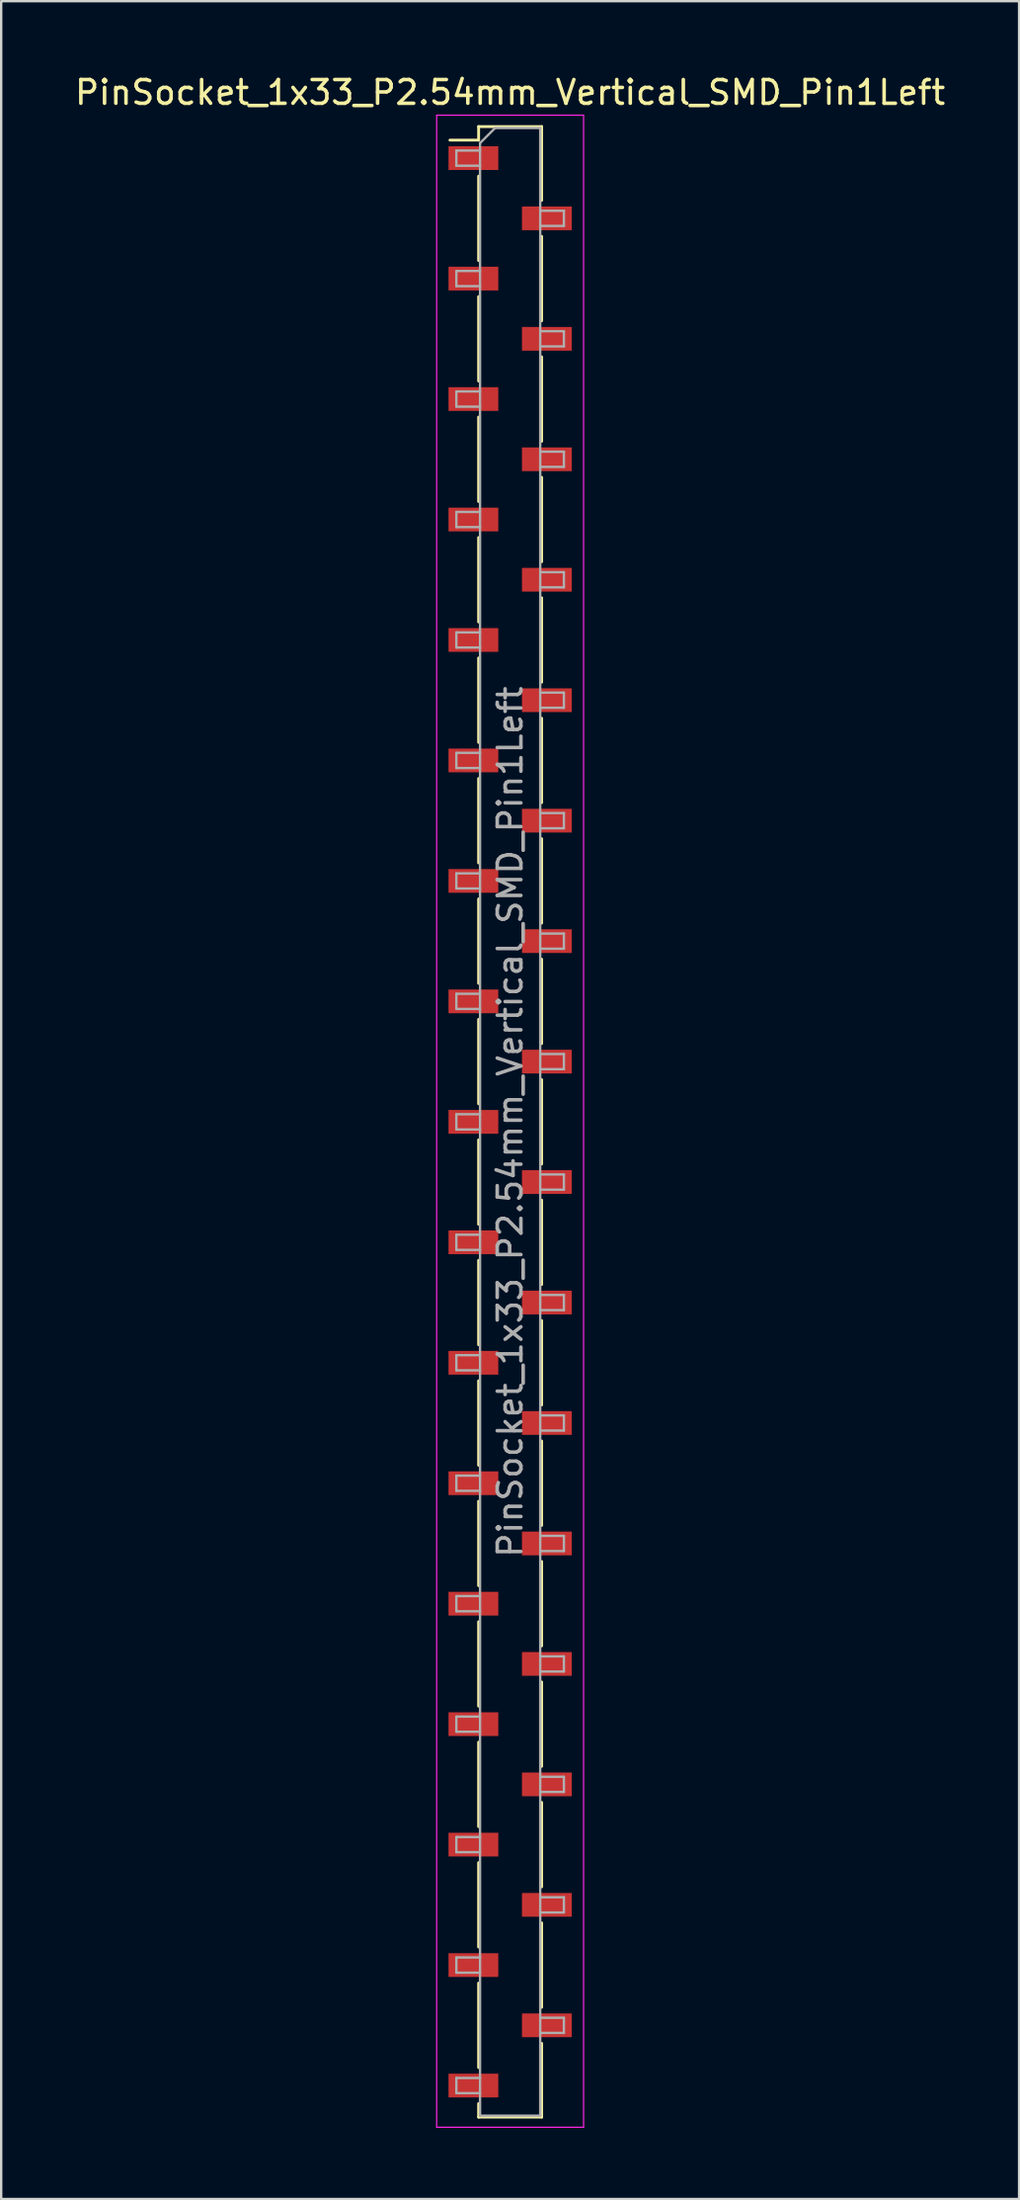
<source format=kicad_pcb>
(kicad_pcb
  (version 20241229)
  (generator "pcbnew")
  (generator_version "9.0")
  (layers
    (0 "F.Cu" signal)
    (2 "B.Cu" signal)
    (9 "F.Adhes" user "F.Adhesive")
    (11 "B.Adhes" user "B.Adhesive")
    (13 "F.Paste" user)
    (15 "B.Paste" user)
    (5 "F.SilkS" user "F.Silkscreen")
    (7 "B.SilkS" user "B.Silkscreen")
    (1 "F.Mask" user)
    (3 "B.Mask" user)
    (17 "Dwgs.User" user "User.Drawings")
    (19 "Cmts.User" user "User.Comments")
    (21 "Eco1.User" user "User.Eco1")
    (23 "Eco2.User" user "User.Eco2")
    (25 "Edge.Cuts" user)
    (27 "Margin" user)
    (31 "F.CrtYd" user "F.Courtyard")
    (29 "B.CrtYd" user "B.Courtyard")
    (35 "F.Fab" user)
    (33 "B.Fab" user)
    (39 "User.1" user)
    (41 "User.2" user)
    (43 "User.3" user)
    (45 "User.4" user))
  (footprint "PinSocket_1x33_P2.54mm_Vertical_SMD_Pin1Left"
    (layer "F.Cu")
    (at 18.482 44.258)
    (property "Reference" "PinSocket_1x33_P2.54mm_Vertical_SMD_Pin1Left" (at 0 -43.41 0) (layer "F.SilkS") (effects (font (size 1 1) (thickness 0.15))))
    (attr smd)
    (fp_line (start -2.54 -41.4) (end -1.33 -41.4) (stroke (width 0.12) (type solid)) (layer "F.SilkS"))
    (fp_line (start -1.33 -41.97) (end -1.33 -41.4) (stroke (width 0.12) (type solid)) (layer "F.SilkS"))
    (fp_line (start -1.33 -41.97) (end 1.33 -41.97) (stroke (width 0.12) (type solid)) (layer "F.SilkS"))
    (fp_line (start -1.33 -39.88) (end -1.33 -36.32) (stroke (width 0.12) (type solid)) (layer "F.SilkS"))
    (fp_line (start -1.33 -34.8) (end -1.33 -31.24) (stroke (width 0.12) (type solid)) (layer "F.SilkS"))
    (fp_line (start -1.33 -29.72) (end -1.33 -26.16) (stroke (width 0.12) (type solid)) (layer "F.SilkS"))
    (fp_line (start -1.33 -24.64) (end -1.33 -21.08) (stroke (width 0.12) (type solid)) (layer "F.SilkS"))
    (fp_line (start -1.33 -19.56) (end -1.33 -16) (stroke (width 0.12) (type solid)) (layer "F.SilkS"))
    (fp_line (start -1.33 -14.48) (end -1.33 -10.92) (stroke (width 0.12) (type solid)) (layer "F.SilkS"))
    (fp_line (start -1.33 -9.4) (end -1.33 -5.84) (stroke (width 0.12) (type solid)) (layer "F.SilkS"))
    (fp_line (start -1.33 -4.32) (end -1.33 -0.76) (stroke (width 0.12) (type solid)) (layer "F.SilkS"))
    (fp_line (start -1.33 0.76) (end -1.33 4.32) (stroke (width 0.12) (type solid)) (layer "F.SilkS"))
    (fp_line (start -1.33 5.84) (end -1.33 9.4) (stroke (width 0.12) (type solid)) (layer "F.SilkS"))
    (fp_line (start -1.33 10.92) (end -1.33 14.48) (stroke (width 0.12) (type solid)) (layer "F.SilkS"))
    (fp_line (start -1.33 16) (end -1.33 19.56) (stroke (width 0.12) (type solid)) (layer "F.SilkS"))
    (fp_line (start -1.33 21.08) (end -1.33 24.64) (stroke (width 0.12) (type solid)) (layer "F.SilkS"))
    (fp_line (start -1.33 26.16) (end -1.33 29.72) (stroke (width 0.12) (type solid)) (layer "F.SilkS"))
    (fp_line (start -1.33 31.24) (end -1.33 34.8) (stroke (width 0.12) (type solid)) (layer "F.SilkS"))
    (fp_line (start -1.33 36.32) (end -1.33 39.88) (stroke (width 0.12) (type solid)) (layer "F.SilkS"))
    (fp_line (start -1.33 41.4) (end -1.33 41.97) (stroke (width 0.12) (type solid)) (layer "F.SilkS"))
    (fp_line (start -1.33 41.97) (end 1.33 41.97) (stroke (width 0.12) (type solid)) (layer "F.SilkS"))
    (fp_line (start 1.33 -41.97) (end 1.33 -38.86) (stroke (width 0.12) (type solid)) (layer "F.SilkS"))
    (fp_line (start 1.33 -37.34) (end 1.33 -33.78) (stroke (width 0.12) (type solid)) (layer "F.SilkS"))
    (fp_line (start 1.33 -32.26) (end 1.33 -28.7) (stroke (width 0.12) (type solid)) (layer "F.SilkS"))
    (fp_line (start 1.33 -27.18) (end 1.33 -23.62) (stroke (width 0.12) (type solid)) (layer "F.SilkS"))
    (fp_line (start 1.33 -22.1) (end 1.33 -18.54) (stroke (width 0.12) (type solid)) (layer "F.SilkS"))
    (fp_line (start 1.33 -17.02) (end 1.33 -13.46) (stroke (width 0.12) (type solid)) (layer "F.SilkS"))
    (fp_line (start 1.33 -11.94) (end 1.33 -8.38) (stroke (width 0.12) (type solid)) (layer "F.SilkS"))
    (fp_line (start 1.33 -6.86) (end 1.33 -3.3) (stroke (width 0.12) (type solid)) (layer "F.SilkS"))
    (fp_line (start 1.33 -1.78) (end 1.33 1.78) (stroke (width 0.12) (type solid)) (layer "F.SilkS"))
    (fp_line (start 1.33 3.3) (end 1.33 6.86) (stroke (width 0.12) (type solid)) (layer "F.SilkS"))
    (fp_line (start 1.33 8.38) (end 1.33 11.94) (stroke (width 0.12) (type solid)) (layer "F.SilkS"))
    (fp_line (start 1.33 13.46) (end 1.33 17.02) (stroke (width 0.12) (type solid)) (layer "F.SilkS"))
    (fp_line (start 1.33 18.54) (end 1.33 22.1) (stroke (width 0.12) (type solid)) (layer "F.SilkS"))
    (fp_line (start 1.33 23.62) (end 1.33 27.18) (stroke (width 0.12) (type solid)) (layer "F.SilkS"))
    (fp_line (start 1.33 28.7) (end 1.33 32.26) (stroke (width 0.12) (type solid)) (layer "F.SilkS"))
    (fp_line (start 1.33 33.78) (end 1.33 37.34) (stroke (width 0.12) (type solid)) (layer "F.SilkS"))
    (fp_line (start 1.33 38.86) (end 1.33 41.97) (stroke (width 0.12) (type solid)) (layer "F.SilkS"))
    (fp_line (start -3.1 -42.45) (end 3.1 -42.45) (stroke (width 0.05) (type solid)) (layer "F.CrtYd"))
    (fp_line (start -3.1 42.4) (end -3.1 -42.45) (stroke (width 0.05) (type solid)) (layer "F.CrtYd"))
    (fp_line (start 3.1 -42.45) (end 3.1 42.4) (stroke (width 0.05) (type solid)) (layer "F.CrtYd"))
    (fp_line (start 3.1 42.4) (end -3.1 42.4) (stroke (width 0.05) (type solid)) (layer "F.CrtYd"))
    (fp_line (start -2.27 -40.96) (end -1.27 -40.96) (stroke (width 0.1) (type solid)) (layer "F.Fab"))
    (fp_line (start -2.27 -40.32) (end -2.27 -40.96) (stroke (width 0.1) (type solid)) (layer "F.Fab"))
    (fp_line (start -2.27 -35.88) (end -1.27 -35.88) (stroke (width 0.1) (type solid)) (layer "F.Fab"))
    (fp_line (start -2.27 -35.24) (end -2.27 -35.88) (stroke (width 0.1) (type solid)) (layer "F.Fab"))
    (fp_line (start -2.27 -30.8) (end -1.27 -30.8) (stroke (width 0.1) (type solid)) (layer "F.Fab"))
    (fp_line (start -2.27 -30.16) (end -2.27 -30.8) (stroke (width 0.1) (type solid)) (layer "F.Fab"))
    (fp_line (start -2.27 -25.72) (end -1.27 -25.72) (stroke (width 0.1) (type solid)) (layer "F.Fab"))
    (fp_line (start -2.27 -25.08) (end -2.27 -25.72) (stroke (width 0.1) (type solid)) (layer "F.Fab"))
    (fp_line (start -2.27 -20.64) (end -1.27 -20.64) (stroke (width 0.1) (type solid)) (layer "F.Fab"))
    (fp_line (start -2.27 -20) (end -2.27 -20.64) (stroke (width 0.1) (type solid)) (layer "F.Fab"))
    (fp_line (start -2.27 -15.56) (end -1.27 -15.56) (stroke (width 0.1) (type solid)) (layer "F.Fab"))
    (fp_line (start -2.27 -14.92) (end -2.27 -15.56) (stroke (width 0.1) (type solid)) (layer "F.Fab"))
    (fp_line (start -2.27 -10.48) (end -1.27 -10.48) (stroke (width 0.1) (type solid)) (layer "F.Fab"))
    (fp_line (start -2.27 -9.84) (end -2.27 -10.48) (stroke (width 0.1) (type solid)) (layer "F.Fab"))
    (fp_line (start -2.27 -5.4) (end -1.27 -5.4) (stroke (width 0.1) (type solid)) (layer "F.Fab"))
    (fp_line (start -2.27 -4.76) (end -2.27 -5.4) (stroke (width 0.1) (type solid)) (layer "F.Fab"))
    (fp_line (start -2.27 -0.32) (end -1.27 -0.32) (stroke (width 0.1) (type solid)) (layer "F.Fab"))
    (fp_line (start -2.27 0.32) (end -2.27 -0.32) (stroke (width 0.1) (type solid)) (layer "F.Fab"))
    (fp_line (start -2.27 4.76) (end -1.27 4.76) (stroke (width 0.1) (type solid)) (layer "F.Fab"))
    (fp_line (start -2.27 5.4) (end -2.27 4.76) (stroke (width 0.1) (type solid)) (layer "F.Fab"))
    (fp_line (start -2.27 9.84) (end -1.27 9.84) (stroke (width 0.1) (type solid)) (layer "F.Fab"))
    (fp_line (start -2.27 10.48) (end -2.27 9.84) (stroke (width 0.1) (type solid)) (layer "F.Fab"))
    (fp_line (start -2.27 14.92) (end -1.27 14.92) (stroke (width 0.1) (type solid)) (layer "F.Fab"))
    (fp_line (start -2.27 15.56) (end -2.27 14.92) (stroke (width 0.1) (type solid)) (layer "F.Fab"))
    (fp_line (start -2.27 20) (end -1.27 20) (stroke (width 0.1) (type solid)) (layer "F.Fab"))
    (fp_line (start -2.27 20.64) (end -2.27 20) (stroke (width 0.1) (type solid)) (layer "F.Fab"))
    (fp_line (start -2.27 25.08) (end -1.27 25.08) (stroke (width 0.1) (type solid)) (layer "F.Fab"))
    (fp_line (start -2.27 25.72) (end -2.27 25.08) (stroke (width 0.1) (type solid)) (layer "F.Fab"))
    (fp_line (start -2.27 30.16) (end -1.27 30.16) (stroke (width 0.1) (type solid)) (layer "F.Fab"))
    (fp_line (start -2.27 30.8) (end -2.27 30.16) (stroke (width 0.1) (type solid)) (layer "F.Fab"))
    (fp_line (start -2.27 35.24) (end -1.27 35.24) (stroke (width 0.1) (type solid)) (layer "F.Fab"))
    (fp_line (start -2.27 35.88) (end -2.27 35.24) (stroke (width 0.1) (type solid)) (layer "F.Fab"))
    (fp_line (start -2.27 40.32) (end -1.27 40.32) (stroke (width 0.1) (type solid)) (layer "F.Fab"))
    (fp_line (start -2.27 40.96) (end -2.27 40.32) (stroke (width 0.1) (type solid)) (layer "F.Fab"))
    (fp_line (start -1.27 -41.275) (end -0.635 -41.91) (stroke (width 0.1) (type solid)) (layer "F.Fab"))
    (fp_line (start -1.27 -40.32) (end -2.27 -40.32) (stroke (width 0.1) (type solid)) (layer "F.Fab"))
    (fp_line (start -1.27 -35.24) (end -2.27 -35.24) (stroke (width 0.1) (type solid)) (layer "F.Fab"))
    (fp_line (start -1.27 -30.16) (end -2.27 -30.16) (stroke (width 0.1) (type solid)) (layer "F.Fab"))
    (fp_line (start -1.27 -25.08) (end -2.27 -25.08) (stroke (width 0.1) (type solid)) (layer "F.Fab"))
    (fp_line (start -1.27 -20) (end -2.27 -20) (stroke (width 0.1) (type solid)) (layer "F.Fab"))
    (fp_line (start -1.27 -14.92) (end -2.27 -14.92) (stroke (width 0.1) (type solid)) (layer "F.Fab"))
    (fp_line (start -1.27 -9.84) (end -2.27 -9.84) (stroke (width 0.1) (type solid)) (layer "F.Fab"))
    (fp_line (start -1.27 -4.76) (end -2.27 -4.76) (stroke (width 0.1) (type solid)) (layer "F.Fab"))
    (fp_line (start -1.27 0.32) (end -2.27 0.32) (stroke (width 0.1) (type solid)) (layer "F.Fab"))
    (fp_line (start -1.27 5.4) (end -2.27 5.4) (stroke (width 0.1) (type solid)) (layer "F.Fab"))
    (fp_line (start -1.27 10.48) (end -2.27 10.48) (stroke (width 0.1) (type solid)) (layer "F.Fab"))
    (fp_line (start -1.27 15.56) (end -2.27 15.56) (stroke (width 0.1) (type solid)) (layer "F.Fab"))
    (fp_line (start -1.27 20.64) (end -2.27 20.64) (stroke (width 0.1) (type solid)) (layer "F.Fab"))
    (fp_line (start -1.27 25.72) (end -2.27 25.72) (stroke (width 0.1) (type solid)) (layer "F.Fab"))
    (fp_line (start -1.27 30.8) (end -2.27 30.8) (stroke (width 0.1) (type solid)) (layer "F.Fab"))
    (fp_line (start -1.27 35.88) (end -2.27 35.88) (stroke (width 0.1) (type solid)) (layer "F.Fab"))
    (fp_line (start -1.27 40.96) (end -2.27 40.96) (stroke (width 0.1) (type solid)) (layer "F.Fab"))
    (fp_line (start -1.27 41.91) (end -1.27 -41.275) (stroke (width 0.1) (type solid)) (layer "F.Fab"))
    (fp_line (start -0.635 -41.91) (end 1.27 -41.91) (stroke (width 0.1) (type solid)) (layer "F.Fab"))
    (fp_line (start 1.27 -41.91) (end 1.27 41.91) (stroke (width 0.1) (type solid)) (layer "F.Fab"))
    (fp_line (start 1.27 -38.42) (end 2.27 -38.42) (stroke (width 0.1) (type solid)) (layer "F.Fab"))
    (fp_line (start 1.27 -33.34) (end 2.27 -33.34) (stroke (width 0.1) (type solid)) (layer "F.Fab"))
    (fp_line (start 1.27 -28.26) (end 2.27 -28.26) (stroke (width 0.1) (type solid)) (layer "F.Fab"))
    (fp_line (start 1.27 -23.18) (end 2.27 -23.18) (stroke (width 0.1) (type solid)) (layer "F.Fab"))
    (fp_line (start 1.27 -18.1) (end 2.27 -18.1) (stroke (width 0.1) (type solid)) (layer "F.Fab"))
    (fp_line (start 1.27 -13.02) (end 2.27 -13.02) (stroke (width 0.1) (type solid)) (layer "F.Fab"))
    (fp_line (start 1.27 -7.94) (end 2.27 -7.94) (stroke (width 0.1) (type solid)) (layer "F.Fab"))
    (fp_line (start 1.27 -2.86) (end 2.27 -2.86) (stroke (width 0.1) (type solid)) (layer "F.Fab"))
    (fp_line (start 1.27 2.22) (end 2.27 2.22) (stroke (width 0.1) (type solid)) (layer "F.Fab"))
    (fp_line (start 1.27 7.3) (end 2.27 7.3) (stroke (width 0.1) (type solid)) (layer "F.Fab"))
    (fp_line (start 1.27 12.38) (end 2.27 12.38) (stroke (width 0.1) (type solid)) (layer "F.Fab"))
    (fp_line (start 1.27 17.46) (end 2.27 17.46) (stroke (width 0.1) (type solid)) (layer "F.Fab"))
    (fp_line (start 1.27 22.54) (end 2.27 22.54) (stroke (width 0.1) (type solid)) (layer "F.Fab"))
    (fp_line (start 1.27 27.62) (end 2.27 27.62) (stroke (width 0.1) (type solid)) (layer "F.Fab"))
    (fp_line (start 1.27 32.7) (end 2.27 32.7) (stroke (width 0.1) (type solid)) (layer "F.Fab"))
    (fp_line (start 1.27 37.78) (end 2.27 37.78) (stroke (width 0.1) (type solid)) (layer "F.Fab"))
    (fp_line (start 1.27 41.91) (end -1.27 41.91) (stroke (width 0.1) (type solid)) (layer "F.Fab"))
    (fp_line (start 2.27 -38.42) (end 2.27 -37.78) (stroke (width 0.1) (type solid)) (layer "F.Fab"))
    (fp_line (start 2.27 -37.78) (end 1.27 -37.78) (stroke (width 0.1) (type solid)) (layer "F.Fab"))
    (fp_line (start 2.27 -33.34) (end 2.27 -32.7) (stroke (width 0.1) (type solid)) (layer "F.Fab"))
    (fp_line (start 2.27 -32.7) (end 1.27 -32.7) (stroke (width 0.1) (type solid)) (layer "F.Fab"))
    (fp_line (start 2.27 -28.26) (end 2.27 -27.62) (stroke (width 0.1) (type solid)) (layer "F.Fab"))
    (fp_line (start 2.27 -27.62) (end 1.27 -27.62) (stroke (width 0.1) (type solid)) (layer "F.Fab"))
    (fp_line (start 2.27 -23.18) (end 2.27 -22.54) (stroke (width 0.1) (type solid)) (layer "F.Fab"))
    (fp_line (start 2.27 -22.54) (end 1.27 -22.54) (stroke (width 0.1) (type solid)) (layer "F.Fab"))
    (fp_line (start 2.27 -18.1) (end 2.27 -17.46) (stroke (width 0.1) (type solid)) (layer "F.Fab"))
    (fp_line (start 2.27 -17.46) (end 1.27 -17.46) (stroke (width 0.1) (type solid)) (layer "F.Fab"))
    (fp_line (start 2.27 -13.02) (end 2.27 -12.38) (stroke (width 0.1) (type solid)) (layer "F.Fab"))
    (fp_line (start 2.27 -12.38) (end 1.27 -12.38) (stroke (width 0.1) (type solid)) (layer "F.Fab"))
    (fp_line (start 2.27 -7.94) (end 2.27 -7.3) (stroke (width 0.1) (type solid)) (layer "F.Fab"))
    (fp_line (start 2.27 -7.3) (end 1.27 -7.3) (stroke (width 0.1) (type solid)) (layer "F.Fab"))
    (fp_line (start 2.27 -2.86) (end 2.27 -2.22) (stroke (width 0.1) (type solid)) (layer "F.Fab"))
    (fp_line (start 2.27 -2.22) (end 1.27 -2.22) (stroke (width 0.1) (type solid)) (layer "F.Fab"))
    (fp_line (start 2.27 2.22) (end 2.27 2.86) (stroke (width 0.1) (type solid)) (layer "F.Fab"))
    (fp_line (start 2.27 2.86) (end 1.27 2.86) (stroke (width 0.1) (type solid)) (layer "F.Fab"))
    (fp_line (start 2.27 7.3) (end 2.27 7.94) (stroke (width 0.1) (type solid)) (layer "F.Fab"))
    (fp_line (start 2.27 7.94) (end 1.27 7.94) (stroke (width 0.1) (type solid)) (layer "F.Fab"))
    (fp_line (start 2.27 12.38) (end 2.27 13.02) (stroke (width 0.1) (type solid)) (layer "F.Fab"))
    (fp_line (start 2.27 13.02) (end 1.27 13.02) (stroke (width 0.1) (type solid)) (layer "F.Fab"))
    (fp_line (start 2.27 17.46) (end 2.27 18.1) (stroke (width 0.1) (type solid)) (layer "F.Fab"))
    (fp_line (start 2.27 18.1) (end 1.27 18.1) (stroke (width 0.1) (type solid)) (layer "F.Fab"))
    (fp_line (start 2.27 22.54) (end 2.27 23.18) (stroke (width 0.1) (type solid)) (layer "F.Fab"))
    (fp_line (start 2.27 23.18) (end 1.27 23.18) (stroke (width 0.1) (type solid)) (layer "F.Fab"))
    (fp_line (start 2.27 27.62) (end 2.27 28.26) (stroke (width 0.1) (type solid)) (layer "F.Fab"))
    (fp_line (start 2.27 28.26) (end 1.27 28.26) (stroke (width 0.1) (type solid)) (layer "F.Fab"))
    (fp_line (start 2.27 32.7) (end 2.27 33.34) (stroke (width 0.1) (type solid)) (layer "F.Fab"))
    (fp_line (start 2.27 33.34) (end 1.27 33.34) (stroke (width 0.1) (type solid)) (layer "F.Fab"))
    (fp_line (start 2.27 37.78) (end 2.27 38.42) (stroke (width 0.1) (type solid)) (layer "F.Fab"))
    (fp_line (start 2.27 38.42) (end 1.27 38.42) (stroke (width 0.1) (type solid)) (layer "F.Fab"))
    (fp_text user "${REFERENCE}" (at 0 0 90) (layer "F.Fab") (effects (font (size 1 1) (thickness 0.15))))
    (pad "1" smd rect (at -1.55 -40.64) (size 2.1 1) (layers "F.Cu" "F.Mask" "F.Paste"))
    (pad "2" smd rect (at 1.55 -38.1) (size 2.1 1) (layers "F.Cu" "F.Mask" "F.Paste"))
    (pad "3" smd rect (at -1.55 -35.56) (size 2.1 1) (layers "F.Cu" "F.Mask" "F.Paste"))
    (pad "4" smd rect (at 1.55 -33.02) (size 2.1 1) (layers "F.Cu" "F.Mask" "F.Paste"))
    (pad "5" smd rect (at -1.55 -30.48) (size 2.1 1) (layers "F.Cu" "F.Mask" "F.Paste"))
    (pad "6" smd rect (at 1.55 -27.94) (size 2.1 1) (layers "F.Cu" "F.Mask" "F.Paste"))
    (pad "7" smd rect (at -1.55 -25.4) (size 2.1 1) (layers "F.Cu" "F.Mask" "F.Paste"))
    (pad "8" smd rect (at 1.55 -22.86) (size 2.1 1) (layers "F.Cu" "F.Mask" "F.Paste"))
    (pad "9" smd rect (at -1.55 -20.32) (size 2.1 1) (layers "F.Cu" "F.Mask" "F.Paste"))
    (pad "10" smd rect (at 1.55 -17.78) (size 2.1 1) (layers "F.Cu" "F.Mask" "F.Paste"))
    (pad "11" smd rect (at -1.55 -15.24) (size 2.1 1) (layers "F.Cu" "F.Mask" "F.Paste"))
    (pad "12" smd rect (at 1.55 -12.7) (size 2.1 1) (layers "F.Cu" "F.Mask" "F.Paste"))
    (pad "13" smd rect (at -1.55 -10.16) (size 2.1 1) (layers "F.Cu" "F.Mask" "F.Paste"))
    (pad "14" smd rect (at 1.55 -7.62) (size 2.1 1) (layers "F.Cu" "F.Mask" "F.Paste"))
    (pad "15" smd rect (at -1.55 -5.08) (size 2.1 1) (layers "F.Cu" "F.Mask" "F.Paste"))
    (pad "16" smd rect (at 1.55 -2.54) (size 2.1 1) (layers "F.Cu" "F.Mask" "F.Paste"))
    (pad "17" smd rect (at -1.55 0) (size 2.1 1) (layers "F.Cu" "F.Mask" "F.Paste"))
    (pad "18" smd rect (at 1.55 2.54) (size 2.1 1) (layers "F.Cu" "F.Mask" "F.Paste"))
    (pad "19" smd rect (at -1.55 5.08) (size 2.1 1) (layers "F.Cu" "F.Mask" "F.Paste"))
    (pad "20" smd rect (at 1.55 7.62) (size 2.1 1) (layers "F.Cu" "F.Mask" "F.Paste"))
    (pad "21" smd rect (at -1.55 10.16) (size 2.1 1) (layers "F.Cu" "F.Mask" "F.Paste"))
    (pad "22" smd rect (at 1.55 12.7) (size 2.1 1) (layers "F.Cu" "F.Mask" "F.Paste"))
    (pad "23" smd rect (at -1.55 15.24) (size 2.1 1) (layers "F.Cu" "F.Mask" "F.Paste"))
    (pad "24" smd rect (at 1.55 17.78) (size 2.1 1) (layers "F.Cu" "F.Mask" "F.Paste"))
    (pad "25" smd rect (at -1.55 20.32) (size 2.1 1) (layers "F.Cu" "F.Mask" "F.Paste"))
    (pad "26" smd rect (at 1.55 22.86) (size 2.1 1) (layers "F.Cu" "F.Mask" "F.Paste"))
    (pad "27" smd rect (at -1.55 25.4) (size 2.1 1) (layers "F.Cu" "F.Mask" "F.Paste"))
    (pad "28" smd rect (at 1.55 27.94) (size 2.1 1) (layers "F.Cu" "F.Mask" "F.Paste"))
    (pad "29" smd rect (at -1.55 30.48) (size 2.1 1) (layers "F.Cu" "F.Mask" "F.Paste"))
    (pad "30" smd rect (at 1.55 33.02) (size 2.1 1) (layers "F.Cu" "F.Mask" "F.Paste"))
    (pad "31" smd rect (at -1.55 35.56) (size 2.1 1) (layers "F.Cu" "F.Mask" "F.Paste"))
    (pad "32" smd rect (at 1.55 38.1) (size 2.1 1) (layers "F.Cu" "F.Mask" "F.Paste"))
    (pad "33" smd rect (at -1.55 40.64) (size 2.1 1) (layers "F.Cu" "F.Mask" "F.Paste")))
  (gr_rect
    (start -3 -3)
    (end 39.964 89.683)
    (stroke (width 0.1) (type default))
    (fill no)
    (layer "Edge.Cuts")))
</source>
